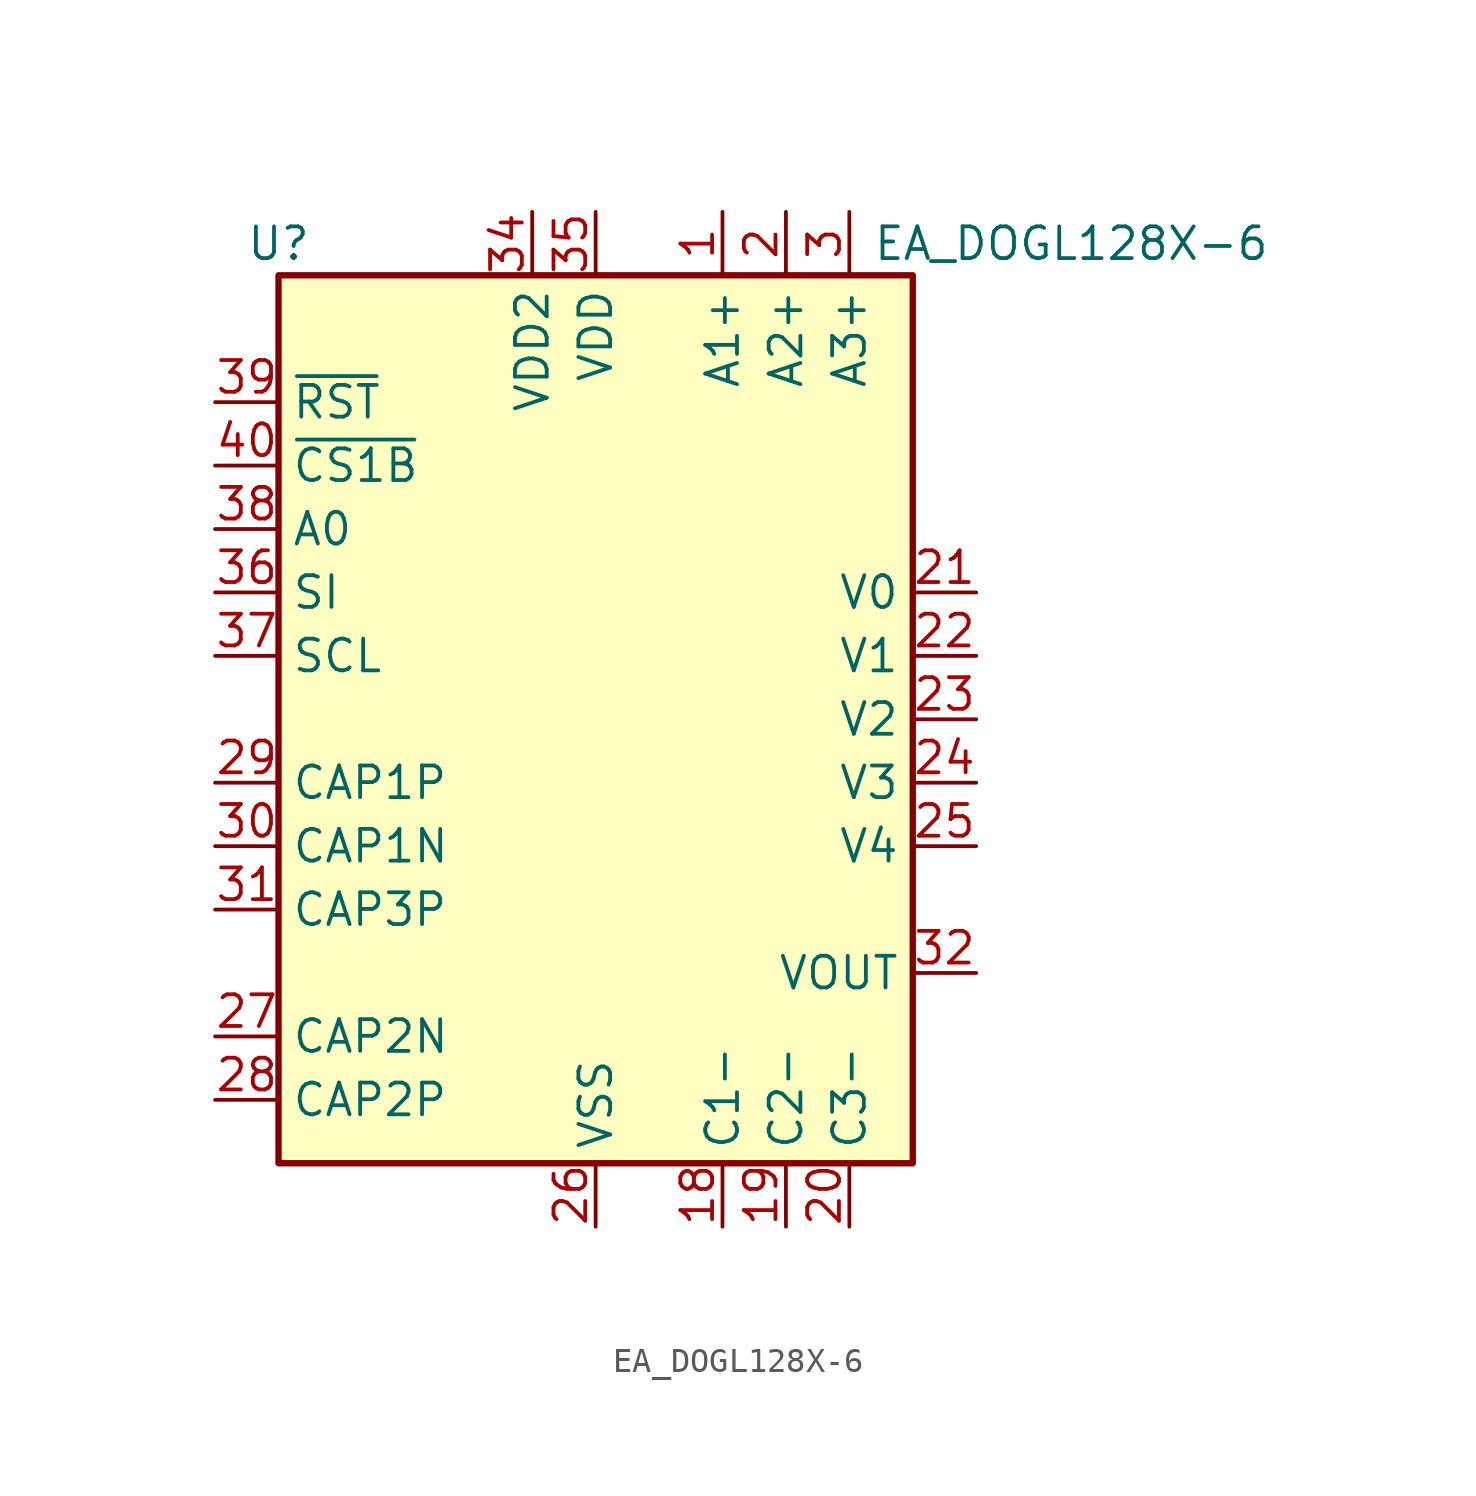
<source format=kicad_sym>
(kicad_symbol_lib
  (version 20201005)
  (generator kicad_symbol_editor)
  (symbol "Display_Graphic:EA_DOGL128X-6"
    (property "Reference" "U"
      (at -12.7 19.05 0)
      (effects (font (size 1.27 1.27))))
    (property "Value" "EA_DOGL128X-6"
      (at 19.05 19.05 0)
      (effects (font (size 1.27 1.27))))
    (symbol "EA_DOGL128X-6_1_1"
      (rectangle (start -12.7 17.78) (end 12.7 -17.78) (stroke (width 0.254)) (fill (type background)))
      (pin power_in line (at 5.08 20.32 270) (length 2.54) (name "A1+" (effects (font (size 1.27 1.27)))) (number "1" (effects (font (size 1.27 1.27)))))
      (pin power_in line (at 5.08 -20.32 90) (length 2.54) (name "C1-" (effects (font (size 1.27 1.27)))) (number "18" (effects (font (size 1.27 1.27)))))
      (pin power_in line (at 7.62 -20.32 90) (length 2.54) (name "C2-" (effects (font (size 1.27 1.27)))) (number "19" (effects (font (size 1.27 1.27)))))
      (pin power_in line (at 7.62 20.32 270) (length 2.54) (name "A2+" (effects (font (size 1.27 1.27)))) (number "2" (effects (font (size 1.27 1.27)))))
      (pin power_in line (at 10.16 -20.32 90) (length 2.54) (name "C3-" (effects (font (size 1.27 1.27)))) (number "20" (effects (font (size 1.27 1.27)))))
      (pin passive line (at 15.24 5.08 180) (length 2.54) (name "V0" (effects (font (size 1.27 1.27)))) (number "21" (effects (font (size 1.27 1.27)))))
      (pin passive line (at 15.24 2.54 180) (length 2.54) (name "V1" (effects (font (size 1.27 1.27)))) (number "22" (effects (font (size 1.27 1.27)))))
      (pin passive line (at 15.24 0 180) (length 2.54) (name "V2" (effects (font (size 1.27 1.27)))) (number "23" (effects (font (size 1.27 1.27)))))
      (pin passive line (at 15.24 -2.54 180) (length 2.54) (name "V3" (effects (font (size 1.27 1.27)))) (number "24" (effects (font (size 1.27 1.27)))))
      (pin passive line (at 15.24 -5.08 180) (length 2.54) (name "V4" (effects (font (size 1.27 1.27)))) (number "25" (effects (font (size 1.27 1.27)))))
      (pin power_in line (at 0 -20.32 90) (length 2.54) (name "VSS" (effects (font (size 1.27 1.27)))) (number "26" (effects (font (size 1.27 1.27)))))
      (pin passive line (at -15.24 -12.7 0) (length 2.54) (name "CAP2N" (effects (font (size 1.27 1.27)))) (number "27" (effects (font (size 1.27 1.27)))))
      (pin passive line (at -15.24 -15.24 0) (length 2.54) (name "CAP2P" (effects (font (size 1.27 1.27)))) (number "28" (effects (font (size 1.27 1.27)))))
      (pin passive line (at -15.24 -2.54 0) (length 2.54) (name "CAP1P" (effects (font (size 1.27 1.27)))) (number "29" (effects (font (size 1.27 1.27)))))
      (pin power_in line (at 10.16 20.32 270) (length 2.54) (name "A3+" (effects (font (size 1.27 1.27)))) (number "3" (effects (font (size 1.27 1.27)))))
      (pin passive line (at -15.24 -5.08 0) (length 2.54) (name "CAP1N" (effects (font (size 1.27 1.27)))) (number "30" (effects (font (size 1.27 1.27)))))
      (pin passive line (at -15.24 -7.62 0) (length 2.54) (name "CAP3P" (effects (font (size 1.27 1.27)))) (number "31" (effects (font (size 1.27 1.27)))))
      (pin output line (at 15.24 -10.16 180) (length 2.54) (name "VOUT" (effects (font (size 1.27 1.27)))) (number "32" (effects (font (size 1.27 1.27)))))
      (pin passive line (at 0 -20.32 90) (length 2.54) hide (name "VSS" (effects (font (size 1.27 1.27)))) (number "33" (effects (font (size 1.27 1.27)))))
      (pin power_in line (at -2.54 20.32 270) (length 2.54) (name "VDD2" (effects (font (size 1.27 1.27)))) (number "34" (effects (font (size 1.27 1.27)))))
      (pin power_in line (at 0 20.32 270) (length 2.54) (name "VDD" (effects (font (size 1.27 1.27)))) (number "35" (effects (font (size 1.27 1.27)))))
      (pin input line (at -15.24 5.08 0) (length 2.54) (name "SI" (effects (font (size 1.27 1.27)))) (number "36" (effects (font (size 1.27 1.27)))))
      (pin input line (at -15.24 2.54 0) (length 2.54) (name "SCL" (effects (font (size 1.27 1.27)))) (number "37" (effects (font (size 1.27 1.27)))))
      (pin input line (at -15.24 7.62 0) (length 2.54) (name "A0" (effects (font (size 1.27 1.27)))) (number "38" (effects (font (size 1.27 1.27)))))
      (pin input line (at -15.24 12.7 0) (length 2.54) (name "~RST" (effects (font (size 1.27 1.27)))) (number "39" (effects (font (size 1.27 1.27)))))
      (pin input line (at -15.24 10.16 0) (length 2.54) (name "~CS1B" (effects (font (size 1.27 1.27)))) (number "40" (effects (font (size 1.27 1.27))))))))
</source>
